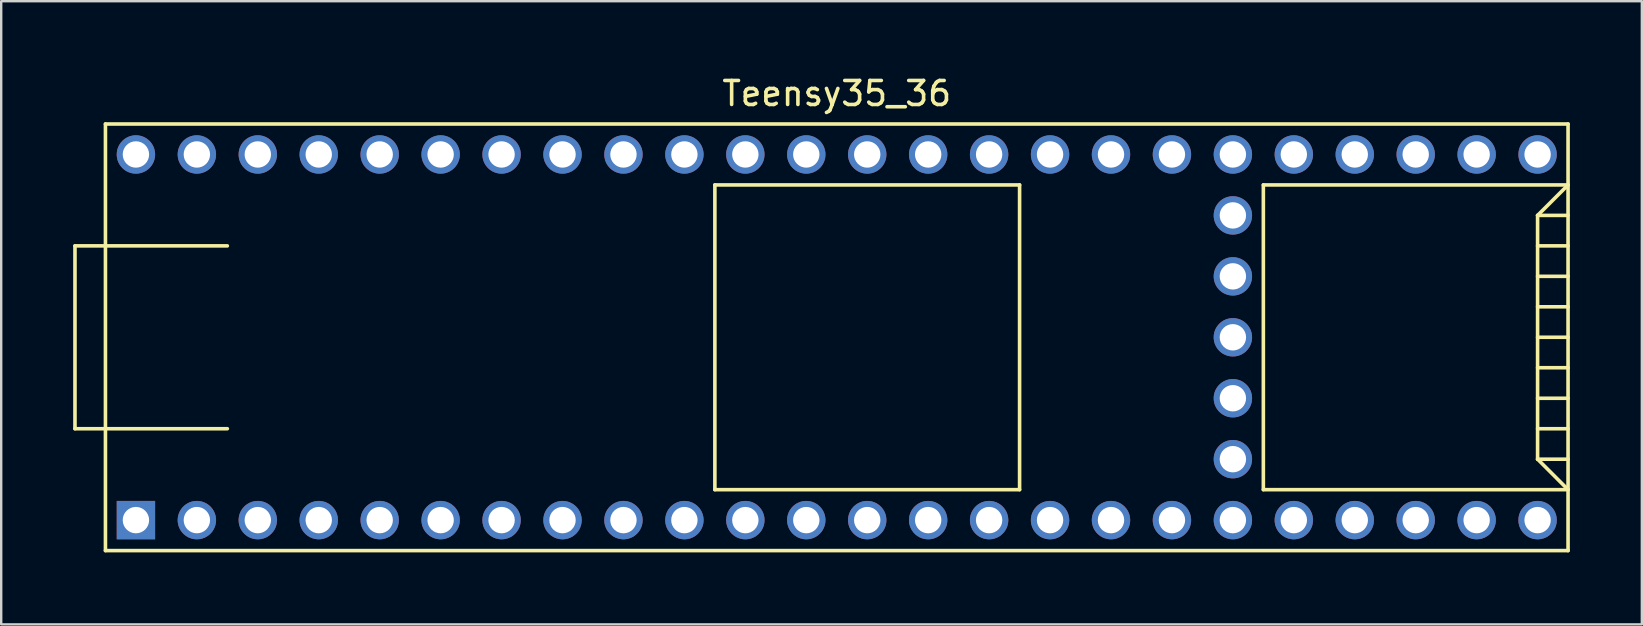
<source format=kicad_pcb>
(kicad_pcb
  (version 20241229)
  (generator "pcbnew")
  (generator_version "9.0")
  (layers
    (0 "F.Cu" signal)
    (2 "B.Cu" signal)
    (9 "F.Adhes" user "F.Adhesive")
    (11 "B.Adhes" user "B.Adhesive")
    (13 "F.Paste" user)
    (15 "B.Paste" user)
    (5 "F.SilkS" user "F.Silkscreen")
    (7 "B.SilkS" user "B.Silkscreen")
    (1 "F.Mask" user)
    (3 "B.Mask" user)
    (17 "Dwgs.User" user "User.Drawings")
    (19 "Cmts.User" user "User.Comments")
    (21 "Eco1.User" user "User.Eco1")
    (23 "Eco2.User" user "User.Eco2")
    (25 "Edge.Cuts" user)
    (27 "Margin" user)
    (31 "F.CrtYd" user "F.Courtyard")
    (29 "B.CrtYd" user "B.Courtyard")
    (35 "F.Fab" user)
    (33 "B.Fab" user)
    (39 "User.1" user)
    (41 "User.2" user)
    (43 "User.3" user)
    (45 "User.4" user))
  (footprint "Teensy35_36"
    (layer "F.Cu")
    (at 31.825 11.008)
    (property "Reference" "Teensy35_36" (at 0 -10.16 0) (layer "F.SilkS") (effects (font (size 1 1) (thickness 0.15))))
    (attr through_hole)
    (fp_line (start -31.75 -3.81) (end -30.48 -3.81) (stroke (width 0.15) (type solid)) (layer "F.SilkS"))
    (fp_line (start -31.75 3.81) (end -31.75 -3.81) (stroke (width 0.15) (type solid)) (layer "F.SilkS"))
    (fp_line (start -30.48 3.81) (end -31.75 3.81) (stroke (width 0.15) (type solid)) (layer "F.SilkS"))
    (fp_line (start -30.48 8.89) (end -30.48 -8.89) (stroke (width 0.15) (type solid)) (layer "F.SilkS"))
    (fp_line (start -30.48 8.89) (end 30.48 8.89) (stroke (width 0.15) (type solid)) (layer "F.SilkS"))
    (fp_line (start -25.4 -3.81) (end -30.48 -3.81) (stroke (width 0.15) (type solid)) (layer "F.SilkS"))
    (fp_line (start -25.4 3.81) (end -30.48 3.81) (stroke (width 0.15) (type solid)) (layer "F.SilkS"))
    (fp_line (start -5.08 -6.35) (end -5.08 6.35) (stroke (width 0.15) (type solid)) (layer "F.SilkS"))
    (fp_line (start -5.08 -6.35) (end 7.62 -6.35) (stroke (width 0.15) (type solid)) (layer "F.SilkS"))
    (fp_line (start -5.08 6.35) (end 7.62 6.35) (stroke (width 0.15) (type solid)) (layer "F.SilkS"))
    (fp_line (start 7.62 6.35) (end 7.62 -6.35) (stroke (width 0.15) (type solid)) (layer "F.SilkS"))
    (fp_line (start 17.78 -6.35) (end 17.78 6.35) (stroke (width 0.15) (type solid)) (layer "F.SilkS"))
    (fp_line (start 17.78 6.35) (end 30.48 6.35) (stroke (width 0.15) (type solid)) (layer "F.SilkS"))
    (fp_line (start 29.21 -5.08) (end 30.48 -6.35) (stroke (width 0.15) (type solid)) (layer "F.SilkS"))
    (fp_line (start 29.21 -5.08) (end 30.48 -5.08) (stroke (width 0.15) (type solid)) (layer "F.SilkS"))
    (fp_line (start 29.21 -3.81) (end 30.48 -3.81) (stroke (width 0.15) (type solid)) (layer "F.SilkS"))
    (fp_line (start 29.21 -2.54) (end 30.48 -2.54) (stroke (width 0.15) (type solid)) (layer "F.SilkS"))
    (fp_line (start 29.21 -1.27) (end 30.48 -1.27) (stroke (width 0.15) (type solid)) (layer "F.SilkS"))
    (fp_line (start 29.21 0) (end 30.48 0) (stroke (width 0.15) (type solid)) (layer "F.SilkS"))
    (fp_line (start 29.21 1.27) (end 30.48 1.27) (stroke (width 0.15) (type solid)) (layer "F.SilkS"))
    (fp_line (start 29.21 2.54) (end 30.48 2.54) (stroke (width 0.15) (type solid)) (layer "F.SilkS"))
    (fp_line (start 29.21 3.81) (end 30.48 3.81) (stroke (width 0.15) (type solid)) (layer "F.SilkS"))
    (fp_line (start 29.21 5.08) (end 29.21 -5.08) (stroke (width 0.15) (type solid)) (layer "F.SilkS"))
    (fp_line (start 29.21 5.08) (end 30.48 5.08) (stroke (width 0.15) (type solid)) (layer "F.SilkS"))
    (fp_line (start 30.48 -8.89) (end -30.48 -8.89) (stroke (width 0.15) (type solid)) (layer "F.SilkS"))
    (fp_line (start 30.48 -8.89) (end 30.48 8.89) (stroke (width 0.15) (type solid)) (layer "F.SilkS"))
    (fp_line (start 30.48 -6.35) (end 17.78 -6.35) (stroke (width 0.15) (type solid)) (layer "F.SilkS"))
    (fp_line (start 30.48 6.35) (end 29.21 5.08) (stroke (width 0.15) (type solid)) (layer "F.SilkS"))
    (pad "1" thru_hole rect (at -29.21 7.62) (size 1.6 1.6) (drill 1.1) (layers "*.Cu" "*.Mask"))
    (pad "2" thru_hole circle (at -26.67 7.62) (size 1.6 1.6) (drill 1.1) (layers "*.Cu" "*.Mask"))
    (pad "3" thru_hole circle (at -24.13 7.62) (size 1.6 1.6) (drill 1.1) (layers "*.Cu" "*.Mask"))
    (pad "4" thru_hole circle (at -21.59 7.62) (size 1.6 1.6) (drill 1.1) (layers "*.Cu" "*.Mask"))
    (pad "5" thru_hole circle (at -19.05 7.62) (size 1.6 1.6) (drill 1.1) (layers "*.Cu" "*.Mask"))
    (pad "6" thru_hole circle (at -16.51 7.62) (size 1.6 1.6) (drill 1.1) (layers "*.Cu" "*.Mask"))
    (pad "7" thru_hole circle (at -13.97 7.62) (size 1.6 1.6) (drill 1.1) (layers "*.Cu" "*.Mask"))
    (pad "8" thru_hole circle (at -11.43 7.62) (size 1.6 1.6) (drill 1.1) (layers "*.Cu" "*.Mask"))
    (pad "9" thru_hole circle (at -8.89 7.62) (size 1.6 1.6) (drill 1.1) (layers "*.Cu" "*.Mask"))
    (pad "10" thru_hole circle (at -6.35 7.62) (size 1.6 1.6) (drill 1.1) (layers "*.Cu" "*.Mask"))
    (pad "11" thru_hole circle (at -3.81 7.62) (size 1.6 1.6) (drill 1.1) (layers "*.Cu" "*.Mask"))
    (pad "12" thru_hole circle (at -1.27 7.62) (size 1.6 1.6) (drill 1.1) (layers "*.Cu" "*.Mask"))
    (pad "13" thru_hole circle (at 1.27 7.62) (size 1.6 1.6) (drill 1.1) (layers "*.Cu" "*.Mask"))
    (pad "14" thru_hole circle (at 3.81 7.62) (size 1.6 1.6) (drill 1.1) (layers "*.Cu" "*.Mask"))
    (pad "15" thru_hole circle (at 6.35 7.62) (size 1.6 1.6) (drill 1.1) (layers "*.Cu" "*.Mask"))
    (pad "16" thru_hole circle (at 8.89 7.62) (size 1.6 1.6) (drill 1.1) (layers "*.Cu" "*.Mask"))
    (pad "17" thru_hole circle (at 11.43 7.62) (size 1.6 1.6) (drill 1.1) (layers "*.Cu" "*.Mask"))
    (pad "18" thru_hole circle (at 13.97 7.62) (size 1.6 1.6) (drill 1.1) (layers "*.Cu" "*.Mask"))
    (pad "19" thru_hole circle (at 16.51 7.62) (size 1.6 1.6) (drill 1.1) (layers "*.Cu" "*.Mask"))
    (pad "20" thru_hole circle (at 19.05 7.62) (size 1.6 1.6) (drill 1.1) (layers "*.Cu" "*.Mask"))
    (pad "21" thru_hole circle (at 21.59 7.62) (size 1.6 1.6) (drill 1.1) (layers "*.Cu" "*.Mask"))
    (pad "22" thru_hole circle (at 24.13 7.62) (size 1.6 1.6) (drill 1.1) (layers "*.Cu" "*.Mask"))
    (pad "23" thru_hole circle (at 26.67 7.62) (size 1.6 1.6) (drill 1.1) (layers "*.Cu" "*.Mask"))
    (pad "24" thru_hole circle (at 29.21 7.62) (size 1.6 1.6) (drill 1.1) (layers "*.Cu" "*.Mask"))
    (pad "25" thru_hole circle (at 16.51 5.08) (size 1.6 1.6) (drill 1.1) (layers "*.Cu" "*.Mask"))
    (pad "26" thru_hole circle (at 16.51 2.54) (size 1.6 1.6) (drill 1.1) (layers "*.Cu" "*.Mask"))
    (pad "27" thru_hole circle (at 16.51 0) (size 1.6 1.6) (drill 1.1) (layers "*.Cu" "*.Mask"))
    (pad "28" thru_hole circle (at 16.51 -2.54) (size 1.6 1.6) (drill 1.1) (layers "*.Cu" "*.Mask"))
    (pad "29" thru_hole circle (at 16.51 -5.08) (size 1.6 1.6) (drill 1.1) (layers "*.Cu" "*.Mask"))
    (pad "30" thru_hole circle (at 29.21 -7.62) (size 1.6 1.6) (drill 1.1) (layers "*.Cu" "*.Mask"))
    (pad "31" thru_hole circle (at 26.67 -7.62) (size 1.6 1.6) (drill 1.1) (layers "*.Cu" "*.Mask"))
    (pad "32" thru_hole circle (at 24.13 -7.62) (size 1.6 1.6) (drill 1.1) (layers "*.Cu" "*.Mask"))
    (pad "33" thru_hole circle (at 21.59 -7.62) (size 1.6 1.6) (drill 1.1) (layers "*.Cu" "*.Mask"))
    (pad "34" thru_hole circle (at 19.05 -7.62) (size 1.6 1.6) (drill 1.1) (layers "*.Cu" "*.Mask"))
    (pad "35" thru_hole circle (at 16.51 -7.62) (size 1.6 1.6) (drill 1.1) (layers "*.Cu" "*.Mask"))
    (pad "36" thru_hole circle (at 13.97 -7.62) (size 1.6 1.6) (drill 1.1) (layers "*.Cu" "*.Mask"))
    (pad "37" thru_hole circle (at 11.43 -7.62) (size 1.6 1.6) (drill 1.1) (layers "*.Cu" "*.Mask"))
    (pad "38" thru_hole circle (at 8.89 -7.62) (size 1.6 1.6) (drill 1.1) (layers "*.Cu" "*.Mask"))
    (pad "39" thru_hole circle (at 6.35 -7.62) (size 1.6 1.6) (drill 1.1) (layers "*.Cu" "*.Mask"))
    (pad "40" thru_hole circle (at 3.81 -7.62) (size 1.6 1.6) (drill 1.1) (layers "*.Cu" "*.Mask"))
    (pad "41" thru_hole circle (at 1.27 -7.62) (size 1.6 1.6) (drill 1.1) (layers "*.Cu" "*.Mask"))
    (pad "42" thru_hole circle (at -1.27 -7.62) (size 1.6 1.6) (drill 1.1) (layers "*.Cu" "*.Mask"))
    (pad "43" thru_hole circle (at -3.81 -7.62) (size 1.6 1.6) (drill 1.1) (layers "*.Cu" "*.Mask"))
    (pad "44" thru_hole circle (at -6.35 -7.62) (size 1.6 1.6) (drill 1.1) (layers "*.Cu" "*.Mask"))
    (pad "45" thru_hole circle (at -8.89 -7.62) (size 1.6 1.6) (drill 1.1) (layers "*.Cu" "*.Mask"))
    (pad "46" thru_hole circle (at -11.43 -7.62) (size 1.6 1.6) (drill 1.1) (layers "*.Cu" "*.Mask"))
    (pad "47" thru_hole circle (at -13.97 -7.62) (size 1.6 1.6) (drill 1.1) (layers "*.Cu" "*.Mask"))
    (pad "48" thru_hole circle (at -16.51 -7.62) (size 1.6 1.6) (drill 1.1) (layers "*.Cu" "*.Mask"))
    (pad "49" thru_hole circle (at -19.05 -7.62) (size 1.6 1.6) (drill 1.1) (layers "*.Cu" "*.Mask"))
    (pad "50" thru_hole circle (at -21.59 -7.62) (size 1.6 1.6) (drill 1.1) (layers "*.Cu" "*.Mask"))
    (pad "51" thru_hole circle (at -24.13 -7.62) (size 1.6 1.6) (drill 1.1) (layers "*.Cu" "*.Mask"))
    (pad "52" thru_hole circle (at -26.67 -7.62) (size 1.6 1.6) (drill 1.1) (layers "*.Cu" "*.Mask"))
    (pad "53" thru_hole circle (at -29.21 -7.62) (size 1.6 1.6) (drill 1.1) (layers "*.Cu" "*.Mask")))
  (gr_rect
    (start -3 -3)
    (end 65.38 22.973)
    (stroke (width 0.1) (type default))
    (fill no)
    (layer "Edge.Cuts")))
</source>
